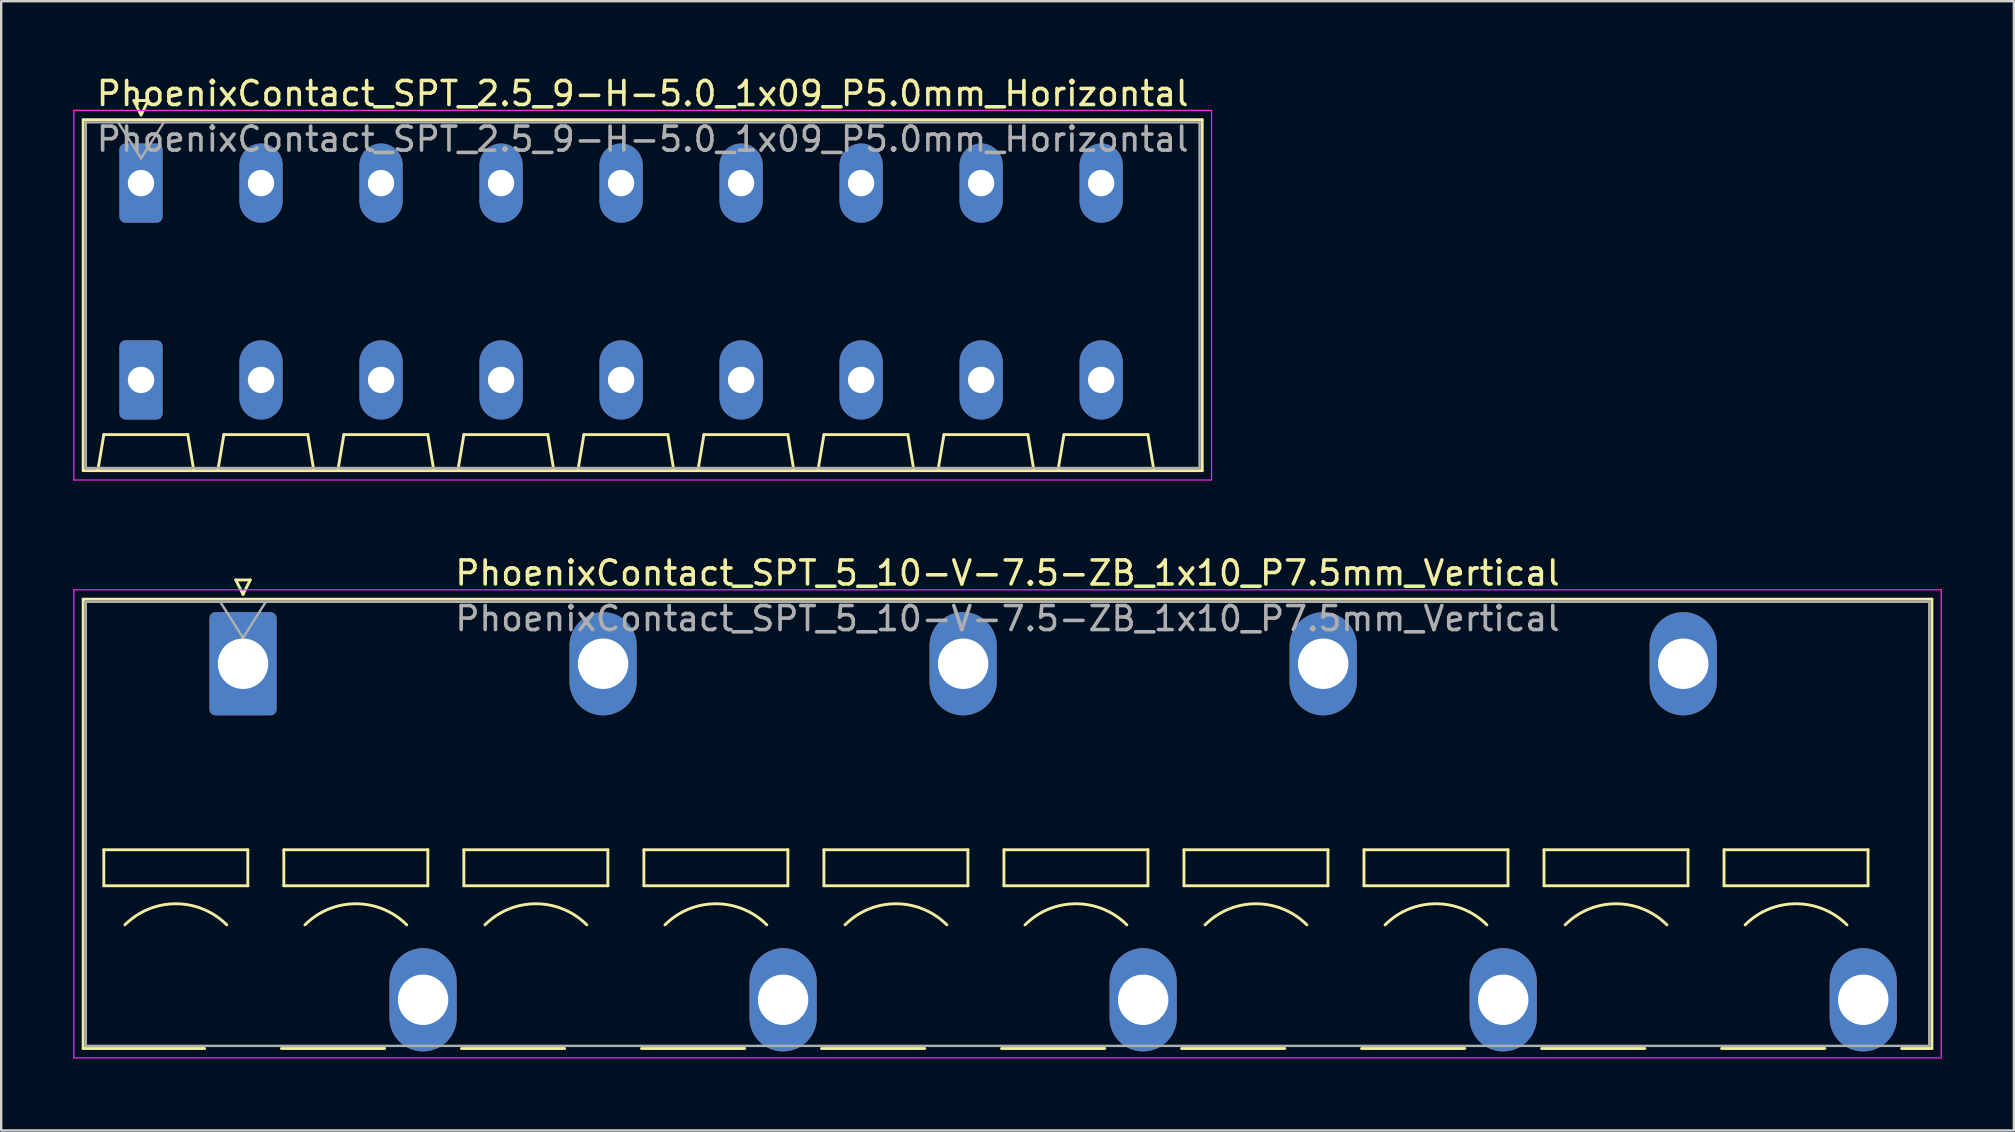
<source format=kicad_pcb>
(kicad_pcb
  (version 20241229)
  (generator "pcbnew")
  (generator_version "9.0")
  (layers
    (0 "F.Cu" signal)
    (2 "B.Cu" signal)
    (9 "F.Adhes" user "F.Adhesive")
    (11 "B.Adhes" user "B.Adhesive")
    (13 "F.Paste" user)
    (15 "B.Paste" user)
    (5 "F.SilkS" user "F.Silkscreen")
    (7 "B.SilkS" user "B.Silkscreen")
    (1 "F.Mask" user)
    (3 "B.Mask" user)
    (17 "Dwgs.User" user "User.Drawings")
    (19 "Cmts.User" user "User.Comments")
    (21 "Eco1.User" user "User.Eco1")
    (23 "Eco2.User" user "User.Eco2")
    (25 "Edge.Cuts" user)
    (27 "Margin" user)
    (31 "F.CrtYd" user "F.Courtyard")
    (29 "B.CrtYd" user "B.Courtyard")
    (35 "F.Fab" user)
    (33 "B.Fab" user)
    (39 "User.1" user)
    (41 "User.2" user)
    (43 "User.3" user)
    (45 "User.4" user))
  (footprint "PhoenixContact_SPT_5_10-V-7.5-ZB_1x10_P7.5mm_Vertical"
    (layer "F.Cu")
    (at 7.075 24.602)
    (property "Reference" "PhoenixContact_SPT_5_10-V-7.5-ZB_1x10_P7.5mm_Vertical" (at 31.85 -3.78 0) (layer "F.SilkS") (effects (font (size 1 1) (thickness 0.15))))
    (attr through_hole)
    (fp_line (start -6.66 -2.69) (end 70.36 -2.69) (stroke (width 0.12) (type solid)) (layer "F.SilkS"))
    (fp_line (start -6.66 16.03) (end -6.66 -2.69) (stroke (width 0.12) (type solid)) (layer "F.SilkS"))
    (fp_line (start -6.66 16.03) (end -1.6 16.03) (stroke (width 0.12) (type solid)) (layer "F.SilkS"))
    (fp_line (start -5.8 7.75) (end -5.8 9.25) (stroke (width 0.12) (type solid)) (layer "F.SilkS"))
    (fp_line (start -5.8 9.25) (end 0.2 9.25) (stroke (width 0.12) (type solid)) (layer "F.SilkS"))
    (fp_line (start -0.3 -3.49) (end 0 -2.89) (stroke (width 0.12) (type solid)) (layer "F.SilkS"))
    (fp_line (start -0.3 -3.49) (end 0.3 -3.49) (stroke (width 0.12) (type solid)) (layer "F.SilkS"))
    (fp_line (start 0.2 7.75) (end -5.8 7.75) (stroke (width 0.12) (type solid)) (layer "F.SilkS"))
    (fp_line (start 0.2 9.25) (end 0.2 7.75) (stroke (width 0.12) (type solid)) (layer "F.SilkS"))
    (fp_line (start 0.3 -3.49) (end 0 -2.89) (stroke (width 0.12) (type solid)) (layer "F.SilkS"))
    (fp_line (start 1.6 16.03) (end 5.9 16.03) (stroke (width 0.12) (type solid)) (layer "F.SilkS"))
    (fp_line (start 1.7 7.75) (end 1.7 9.25) (stroke (width 0.12) (type solid)) (layer "F.SilkS"))
    (fp_line (start 1.7 9.25) (end 7.7 9.25) (stroke (width 0.12) (type solid)) (layer "F.SilkS"))
    (fp_line (start 7.7 7.75) (end 1.7 7.75) (stroke (width 0.12) (type solid)) (layer "F.SilkS"))
    (fp_line (start 7.7 9.25) (end 7.7 7.75) (stroke (width 0.12) (type solid)) (layer "F.SilkS"))
    (fp_line (start 9.1 16.03) (end 13.4 16.03) (stroke (width 0.12) (type solid)) (layer "F.SilkS"))
    (fp_line (start 9.2 7.75) (end 9.2 9.25) (stroke (width 0.12) (type solid)) (layer "F.SilkS"))
    (fp_line (start 9.2 9.25) (end 15.2 9.25) (stroke (width 0.12) (type solid)) (layer "F.SilkS"))
    (fp_line (start 15.2 7.75) (end 9.2 7.75) (stroke (width 0.12) (type solid)) (layer "F.SilkS"))
    (fp_line (start 15.2 9.25) (end 15.2 7.75) (stroke (width 0.12) (type solid)) (layer "F.SilkS"))
    (fp_line (start 16.6 16.03) (end 20.9 16.03) (stroke (width 0.12) (type solid)) (layer "F.SilkS"))
    (fp_line (start 16.7 7.75) (end 16.7 9.25) (stroke (width 0.12) (type solid)) (layer "F.SilkS"))
    (fp_line (start 16.7 9.25) (end 22.7 9.25) (stroke (width 0.12) (type solid)) (layer "F.SilkS"))
    (fp_line (start 22.7 7.75) (end 16.7 7.75) (stroke (width 0.12) (type solid)) (layer "F.SilkS"))
    (fp_line (start 22.7 9.25) (end 22.7 7.75) (stroke (width 0.12) (type solid)) (layer "F.SilkS"))
    (fp_line (start 24.1 16.03) (end 28.4 16.03) (stroke (width 0.12) (type solid)) (layer "F.SilkS"))
    (fp_line (start 24.2 7.75) (end 24.2 9.25) (stroke (width 0.12) (type solid)) (layer "F.SilkS"))
    (fp_line (start 24.2 9.25) (end 30.2 9.25) (stroke (width 0.12) (type solid)) (layer "F.SilkS"))
    (fp_line (start 30.2 7.75) (end 24.2 7.75) (stroke (width 0.12) (type solid)) (layer "F.SilkS"))
    (fp_line (start 30.2 9.25) (end 30.2 7.75) (stroke (width 0.12) (type solid)) (layer "F.SilkS"))
    (fp_line (start 31.6 16.03) (end 35.9 16.03) (stroke (width 0.12) (type solid)) (layer "F.SilkS"))
    (fp_line (start 31.7 7.75) (end 31.7 9.25) (stroke (width 0.12) (type solid)) (layer "F.SilkS"))
    (fp_line (start 31.7 9.25) (end 37.7 9.25) (stroke (width 0.12) (type solid)) (layer "F.SilkS"))
    (fp_line (start 37.7 7.75) (end 31.7 7.75) (stroke (width 0.12) (type solid)) (layer "F.SilkS"))
    (fp_line (start 37.7 9.25) (end 37.7 7.75) (stroke (width 0.12) (type solid)) (layer "F.SilkS"))
    (fp_line (start 39.1 16.03) (end 43.4 16.03) (stroke (width 0.12) (type solid)) (layer "F.SilkS"))
    (fp_line (start 39.2 7.75) (end 39.2 9.25) (stroke (width 0.12) (type solid)) (layer "F.SilkS"))
    (fp_line (start 39.2 9.25) (end 45.2 9.25) (stroke (width 0.12) (type solid)) (layer "F.SilkS"))
    (fp_line (start 45.2 7.75) (end 39.2 7.75) (stroke (width 0.12) (type solid)) (layer "F.SilkS"))
    (fp_line (start 45.2 9.25) (end 45.2 7.75) (stroke (width 0.12) (type solid)) (layer "F.SilkS"))
    (fp_line (start 46.6 16.03) (end 50.9 16.03) (stroke (width 0.12) (type solid)) (layer "F.SilkS"))
    (fp_line (start 46.7 7.75) (end 46.7 9.25) (stroke (width 0.12) (type solid)) (layer "F.SilkS"))
    (fp_line (start 46.7 9.25) (end 52.7 9.25) (stroke (width 0.12) (type solid)) (layer "F.SilkS"))
    (fp_line (start 52.7 7.75) (end 46.7 7.75) (stroke (width 0.12) (type solid)) (layer "F.SilkS"))
    (fp_line (start 52.7 9.25) (end 52.7 7.75) (stroke (width 0.12) (type solid)) (layer "F.SilkS"))
    (fp_line (start 54.1 16.03) (end 58.4 16.03) (stroke (width 0.12) (type solid)) (layer "F.SilkS"))
    (fp_line (start 54.2 7.75) (end 54.2 9.25) (stroke (width 0.12) (type solid)) (layer "F.SilkS"))
    (fp_line (start 54.2 9.25) (end 60.2 9.25) (stroke (width 0.12) (type solid)) (layer "F.SilkS"))
    (fp_line (start 60.2 7.75) (end 54.2 7.75) (stroke (width 0.12) (type solid)) (layer "F.SilkS"))
    (fp_line (start 60.2 9.25) (end 60.2 7.75) (stroke (width 0.12) (type solid)) (layer "F.SilkS"))
    (fp_line (start 61.6 16.03) (end 65.9 16.03) (stroke (width 0.12) (type solid)) (layer "F.SilkS"))
    (fp_line (start 61.7 7.75) (end 61.7 9.25) (stroke (width 0.12) (type solid)) (layer "F.SilkS"))
    (fp_line (start 61.7 9.25) (end 67.7 9.25) (stroke (width 0.12) (type solid)) (layer "F.SilkS"))
    (fp_line (start 67.7 7.75) (end 61.7 7.75) (stroke (width 0.12) (type solid)) (layer "F.SilkS"))
    (fp_line (start 67.7 9.25) (end 67.7 7.75) (stroke (width 0.12) (type solid)) (layer "F.SilkS"))
    (fp_line (start 69.1 16.03) (end 70.36 16.03) (stroke (width 0.12) (type solid)) (layer "F.SilkS"))
    (fp_line (start 70.36 -2.69) (end 70.36 16.03) (stroke (width 0.12) (type solid)) (layer "F.SilkS"))
    (fp_arc (start -4.92132 10.87868) (mid -2.8 10) (end -0.67868 10.87868) (stroke (width 0.12) (type solid)) (layer "F.SilkS"))
    (fp_arc (start 2.57868 10.87868) (mid 4.7 10) (end 6.82132 10.87868) (stroke (width 0.12) (type solid)) (layer "F.SilkS"))
    (fp_arc (start 10.07868 10.87868) (mid 12.2 10) (end 14.32132 10.87868) (stroke (width 0.12) (type solid)) (layer "F.SilkS"))
    (fp_arc (start 17.57868 10.87868) (mid 19.7 10) (end 21.82132 10.87868) (stroke (width 0.12) (type solid)) (layer "F.SilkS"))
    (fp_arc (start 25.07868 10.87868) (mid 27.2 10) (end 29.32132 10.87868) (stroke (width 0.12) (type solid)) (layer "F.SilkS"))
    (fp_arc (start 32.57868 10.87868) (mid 34.7 10) (end 36.82132 10.87868) (stroke (width 0.12) (type solid)) (layer "F.SilkS"))
    (fp_arc (start 40.07868 10.87868) (mid 42.2 10) (end 44.32132 10.87868) (stroke (width 0.12) (type solid)) (layer "F.SilkS"))
    (fp_arc (start 47.57868 10.87868) (mid 49.7 10) (end 51.82132 10.87868) (stroke (width 0.12) (type solid)) (layer "F.SilkS"))
    (fp_arc (start 55.07868 10.87868) (mid 57.2 10) (end 59.32132 10.87868) (stroke (width 0.12) (type solid)) (layer "F.SilkS"))
    (fp_arc (start 62.57868 10.87868) (mid 64.7 10) (end 66.82132 10.87868) (stroke (width 0.12) (type solid)) (layer "F.SilkS"))
    (fp_line (start -7.05 -3.08) (end -7.05 16.42) (stroke (width 0.05) (type solid)) (layer "F.CrtYd"))
    (fp_line (start -7.05 16.42) (end 70.75 16.42) (stroke (width 0.05) (type solid)) (layer "F.CrtYd"))
    (fp_line (start 70.75 -3.08) (end -7.05 -3.08) (stroke (width 0.05) (type solid)) (layer "F.CrtYd"))
    (fp_line (start 70.75 16.42) (end 70.75 -3.08) (stroke (width 0.05) (type solid)) (layer "F.CrtYd"))
    (fp_line (start -6.55 -2.58) (end -6.55 15.92) (stroke (width 0.1) (type solid)) (layer "F.Fab"))
    (fp_line (start -6.55 15.92) (end 70.25 15.92) (stroke (width 0.1) (type solid)) (layer "F.Fab"))
    (fp_line (start -0.95 -2.58) (end 0 -1.08) (stroke (width 0.1) (type solid)) (layer "F.Fab"))
    (fp_line (start 0.95 -2.58) (end 0 -1.08) (stroke (width 0.1) (type solid)) (layer "F.Fab"))
    (fp_line (start 70.25 -2.58) (end -6.55 -2.58) (stroke (width 0.1) (type solid)) (layer "F.Fab"))
    (fp_line (start 70.25 15.92) (end 70.25 -2.58) (stroke (width 0.1) (type solid)) (layer "F.Fab"))
    (fp_text user "${REFERENCE}" (at 31.85 -1.88 0) (layer "F.Fab") (effects (font (size 1 1) (thickness 0.15))))
    (pad "1" thru_hole roundrect (at 0 0) (size 2.8 4.3) (drill 2.1) (layers "*.Cu" "*.Mask") (roundrect_rratio 0.089))
    (pad "2" thru_hole oval (at 7.5 14) (size 2.8 4.3) (drill 2.1) (layers "*.Cu" "*.Mask"))
    (pad "3" thru_hole oval (at 15 0) (size 2.8 4.3) (drill 2.1) (layers "*.Cu" "*.Mask"))
    (pad "4" thru_hole oval (at 22.5 14) (size 2.8 4.3) (drill 2.1) (layers "*.Cu" "*.Mask"))
    (pad "5" thru_hole oval (at 30 0) (size 2.8 4.3) (drill 2.1) (layers "*.Cu" "*.Mask"))
    (pad "6" thru_hole oval (at 37.5 14) (size 2.8 4.3) (drill 2.1) (layers "*.Cu" "*.Mask"))
    (pad "7" thru_hole oval (at 45 0) (size 2.8 4.3) (drill 2.1) (layers "*.Cu" "*.Mask"))
    (pad "8" thru_hole oval (at 52.5 14) (size 2.8 4.3) (drill 2.1) (layers "*.Cu" "*.Mask"))
    (pad "9" thru_hole oval (at 60 0) (size 2.8 4.3) (drill 2.1) (layers "*.Cu" "*.Mask"))
    (pad "10" thru_hole oval (at 67.5 14) (size 2.8 4.3) (drill 2.1) (layers "*.Cu" "*.Mask")))
  (footprint "PhoenixContact_SPT_2.5_9-H-5.0_1x09_P5.0mm_Horizontal"
    (layer "F.Cu")
    (at 2.825 4.578)
    (property "Reference" "PhoenixContact_SPT_2.5_9-H-5.0_1x09_P5.0mm_Horizontal" (at 20.9 -3.73 0) (layer "F.SilkS") (effects (font (size 1 1) (thickness 0.15))))
    (attr through_hole)
    (fp_line (start -2.41 -2.64) (end 44.21 -2.64) (stroke (width 0.12) (type solid)) (layer "F.SilkS"))
    (fp_line (start -2.41 11.98) (end -2.41 -2.64) (stroke (width 0.12) (type solid)) (layer "F.SilkS"))
    (fp_line (start -1.8 11.98) (end -1.55 10.48) (stroke (width 0.12) (type solid)) (layer "F.SilkS"))
    (fp_line (start -1.55 10.48) (end 1.95 10.48) (stroke (width 0.12) (type solid)) (layer "F.SilkS"))
    (fp_line (start -0.3 -3.44) (end 0 -2.84) (stroke (width 0.12) (type solid)) (layer "F.SilkS"))
    (fp_line (start -0.3 -3.44) (end 0.3 -3.44) (stroke (width 0.12) (type solid)) (layer "F.SilkS"))
    (fp_line (start 0.3 -3.44) (end 0 -2.84) (stroke (width 0.12) (type solid)) (layer "F.SilkS"))
    (fp_line (start 2.2 11.98) (end 1.95 10.48) (stroke (width 0.12) (type solid)) (layer "F.SilkS"))
    (fp_line (start 3.2 11.98) (end 3.45 10.48) (stroke (width 0.12) (type solid)) (layer "F.SilkS"))
    (fp_line (start 3.45 10.48) (end 6.95 10.48) (stroke (width 0.12) (type solid)) (layer "F.SilkS"))
    (fp_line (start 7.2 11.98) (end 6.95 10.48) (stroke (width 0.12) (type solid)) (layer "F.SilkS"))
    (fp_line (start 8.2 11.98) (end 8.45 10.48) (stroke (width 0.12) (type solid)) (layer "F.SilkS"))
    (fp_line (start 8.45 10.48) (end 11.95 10.48) (stroke (width 0.12) (type solid)) (layer "F.SilkS"))
    (fp_line (start 12.2 11.98) (end 11.95 10.48) (stroke (width 0.12) (type solid)) (layer "F.SilkS"))
    (fp_line (start 13.2 11.98) (end 13.45 10.48) (stroke (width 0.12) (type solid)) (layer "F.SilkS"))
    (fp_line (start 13.45 10.48) (end 16.95 10.48) (stroke (width 0.12) (type solid)) (layer "F.SilkS"))
    (fp_line (start 17.2 11.98) (end 16.95 10.48) (stroke (width 0.12) (type solid)) (layer "F.SilkS"))
    (fp_line (start 18.2 11.98) (end 18.45 10.48) (stroke (width 0.12) (type solid)) (layer "F.SilkS"))
    (fp_line (start 18.45 10.48) (end 21.95 10.48) (stroke (width 0.12) (type solid)) (layer "F.SilkS"))
    (fp_line (start 22.2 11.98) (end 21.95 10.48) (stroke (width 0.12) (type solid)) (layer "F.SilkS"))
    (fp_line (start 23.2 11.98) (end 23.45 10.48) (stroke (width 0.12) (type solid)) (layer "F.SilkS"))
    (fp_line (start 23.45 10.48) (end 26.95 10.48) (stroke (width 0.12) (type solid)) (layer "F.SilkS"))
    (fp_line (start 27.2 11.98) (end 26.95 10.48) (stroke (width 0.12) (type solid)) (layer "F.SilkS"))
    (fp_line (start 28.2 11.98) (end 28.45 10.48) (stroke (width 0.12) (type solid)) (layer "F.SilkS"))
    (fp_line (start 28.45 10.48) (end 31.95 10.48) (stroke (width 0.12) (type solid)) (layer "F.SilkS"))
    (fp_line (start 32.2 11.98) (end 31.95 10.48) (stroke (width 0.12) (type solid)) (layer "F.SilkS"))
    (fp_line (start 33.2 11.98) (end 33.45 10.48) (stroke (width 0.12) (type solid)) (layer "F.SilkS"))
    (fp_line (start 33.45 10.48) (end 36.95 10.48) (stroke (width 0.12) (type solid)) (layer "F.SilkS"))
    (fp_line (start 37.2 11.98) (end 36.95 10.48) (stroke (width 0.12) (type solid)) (layer "F.SilkS"))
    (fp_line (start 38.2 11.98) (end 38.45 10.48) (stroke (width 0.12) (type solid)) (layer "F.SilkS"))
    (fp_line (start 38.45 10.48) (end 41.95 10.48) (stroke (width 0.12) (type solid)) (layer "F.SilkS"))
    (fp_line (start 42.2 11.98) (end 41.95 10.48) (stroke (width 0.12) (type solid)) (layer "F.SilkS"))
    (fp_line (start 44.21 -2.64) (end 44.21 11.98) (stroke (width 0.12) (type solid)) (layer "F.SilkS"))
    (fp_line (start 44.21 11.98) (end -2.41 11.98) (stroke (width 0.12) (type solid)) (layer "F.SilkS"))
    (fp_line (start -2.8 -3.03) (end -2.8 12.37) (stroke (width 0.05) (type solid)) (layer "F.CrtYd"))
    (fp_line (start -2.8 12.37) (end 44.6 12.37) (stroke (width 0.05) (type solid)) (layer "F.CrtYd"))
    (fp_line (start 44.6 -3.03) (end -2.8 -3.03) (stroke (width 0.05) (type solid)) (layer "F.CrtYd"))
    (fp_line (start 44.6 12.37) (end 44.6 -3.03) (stroke (width 0.05) (type solid)) (layer "F.CrtYd"))
    (fp_line (start -2.3 -2.53) (end -2.3 11.87) (stroke (width 0.1) (type solid)) (layer "F.Fab"))
    (fp_line (start -2.3 11.87) (end 44.1 11.87) (stroke (width 0.1) (type solid)) (layer "F.Fab"))
    (fp_line (start -0.95 -2.53) (end 0 -1.03) (stroke (width 0.1) (type solid)) (layer "F.Fab"))
    (fp_line (start 0.95 -2.53) (end 0 -1.03) (stroke (width 0.1) (type solid)) (layer "F.Fab"))
    (fp_line (start 44.1 -2.53) (end -2.3 -2.53) (stroke (width 0.1) (type solid)) (layer "F.Fab"))
    (fp_line (start 44.1 11.87) (end 44.1 -2.53) (stroke (width 0.1) (type solid)) (layer "F.Fab"))
    (fp_text user "${REFERENCE}" (at 20.9 -1.83 0) (layer "F.Fab") (effects (font (size 1 1) (thickness 0.15))))
    (pad "1" thru_hole roundrect (at 0 0) (size 1.8 3.3) (drill 1.1) (layers "*.Cu" "*.Mask") (roundrect_rratio 0.139))
    (pad "1" thru_hole roundrect (at 0 8.2) (size 1.8 3.3) (drill 1.1) (layers "*.Cu" "*.Mask") (roundrect_rratio 0.139))
    (pad "2" thru_hole oval (at 5 0) (size 1.8 3.3) (drill 1.1) (layers "*.Cu" "*.Mask"))
    (pad "2" thru_hole oval (at 5 8.2) (size 1.8 3.3) (drill 1.1) (layers "*.Cu" "*.Mask"))
    (pad "3" thru_hole oval (at 10 0) (size 1.8 3.3) (drill 1.1) (layers "*.Cu" "*.Mask"))
    (pad "3" thru_hole oval (at 10 8.2) (size 1.8 3.3) (drill 1.1) (layers "*.Cu" "*.Mask"))
    (pad "4" thru_hole oval (at 15 0) (size 1.8 3.3) (drill 1.1) (layers "*.Cu" "*.Mask"))
    (pad "4" thru_hole oval (at 15 8.2) (size 1.8 3.3) (drill 1.1) (layers "*.Cu" "*.Mask"))
    (pad "5" thru_hole oval (at 20 0) (size 1.8 3.3) (drill 1.1) (layers "*.Cu" "*.Mask"))
    (pad "5" thru_hole oval (at 20 8.2) (size 1.8 3.3) (drill 1.1) (layers "*.Cu" "*.Mask"))
    (pad "6" thru_hole oval (at 25 0) (size 1.8 3.3) (drill 1.1) (layers "*.Cu" "*.Mask"))
    (pad "6" thru_hole oval (at 25 8.2) (size 1.8 3.3) (drill 1.1) (layers "*.Cu" "*.Mask"))
    (pad "7" thru_hole oval (at 30 0) (size 1.8 3.3) (drill 1.1) (layers "*.Cu" "*.Mask"))
    (pad "7" thru_hole oval (at 30 8.2) (size 1.8 3.3) (drill 1.1) (layers "*.Cu" "*.Mask"))
    (pad "8" thru_hole oval (at 35 0) (size 1.8 3.3) (drill 1.1) (layers "*.Cu" "*.Mask"))
    (pad "8" thru_hole oval (at 35 8.2) (size 1.8 3.3) (drill 1.1) (layers "*.Cu" "*.Mask"))
    (pad "9" thru_hole oval (at 40 0) (size 1.8 3.3) (drill 1.1) (layers "*.Cu" "*.Mask"))
    (pad "9" thru_hole oval (at 40 8.2) (size 1.8 3.3) (drill 1.1) (layers "*.Cu" "*.Mask")))
  (gr_rect
    (start -3 -3)
    (end 80.85 44.047)
    (stroke (width 0.1) (type default))
    (fill no)
    (layer "Edge.Cuts")))
</source>
